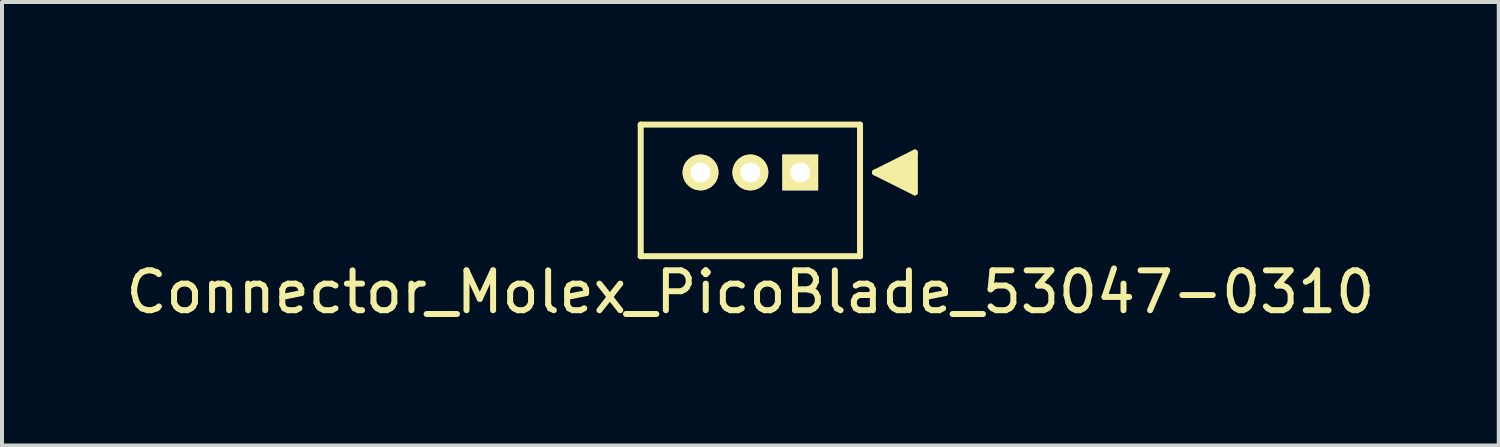
<source format=kicad_pcb>
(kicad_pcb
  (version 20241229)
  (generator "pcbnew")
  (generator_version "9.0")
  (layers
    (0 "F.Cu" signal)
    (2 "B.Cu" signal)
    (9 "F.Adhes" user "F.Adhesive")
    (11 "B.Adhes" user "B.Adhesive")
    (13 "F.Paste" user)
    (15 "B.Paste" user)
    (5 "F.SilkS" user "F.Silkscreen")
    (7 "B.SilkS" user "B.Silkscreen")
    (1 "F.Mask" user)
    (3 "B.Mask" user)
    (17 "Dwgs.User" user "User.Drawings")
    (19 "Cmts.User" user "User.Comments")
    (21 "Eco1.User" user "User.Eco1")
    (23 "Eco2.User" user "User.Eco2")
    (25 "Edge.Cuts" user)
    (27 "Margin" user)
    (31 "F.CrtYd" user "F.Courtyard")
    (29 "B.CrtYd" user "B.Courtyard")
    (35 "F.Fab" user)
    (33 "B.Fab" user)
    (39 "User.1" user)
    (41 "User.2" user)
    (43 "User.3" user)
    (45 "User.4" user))
  (footprint "Connector_Molex_PicoBlade_53047-0310"
    (layer "F.Cu")
    (at 15.768 1.275)
    (property "Reference" "Connector_Molex_PicoBlade_53047-0310" (at 0 3 0) (layer "F.SilkS") (effects (font (size 1 1) (thickness 0.15))))
    (attr smd)
    (fp_line (start -2.75 -1.2) (end 2.75 -1.2) (stroke (width 0.15) (type solid)) (layer "F.SilkS"))
    (fp_line (start -2.75 2.1) (end -2.75 -1.2) (stroke (width 0.15) (type solid)) (layer "F.SilkS"))
    (fp_line (start -2.75 2.1) (end 2.75 2.1) (stroke (width 0.15) (type solid)) (layer "F.SilkS"))
    (fp_line (start 2.75 -1.2) (end 2.75 2.1) (stroke (width 0.15) (type solid)) (layer "F.SilkS"))
    (fp_line (start 3.125 0) (end 4.125 -0.5) (stroke (width 0.15) (type solid)) (layer "F.SilkS"))
    (fp_line (start 3.125 0) (end 4.125 0.5) (stroke (width 0.15) (type solid)) (layer "F.SilkS"))
    (fp_line (start 3.225 0) (end 3.325 0) (stroke (width 0.15) (type solid)) (layer "F.SilkS"))
    (fp_line (start 3.425 -0.1) (end 3.425 0.1) (stroke (width 0.15) (type solid)) (layer "F.SilkS"))
    (fp_line (start 3.525 -0.1) (end 3.525 0.1) (stroke (width 0.15) (type solid)) (layer "F.SilkS"))
    (fp_line (start 3.625 0.2) (end 3.625 -0.2) (stroke (width 0.15) (type solid)) (layer "F.SilkS"))
    (fp_line (start 3.725 -0.2) (end 3.725 0.2) (stroke (width 0.15) (type solid)) (layer "F.SilkS"))
    (fp_line (start 3.825 0.3) (end 3.825 -0.3) (stroke (width 0.15) (type solid)) (layer "F.SilkS"))
    (fp_line (start 3.925 -0.3) (end 3.925 0.3) (stroke (width 0.15) (type solid)) (layer "F.SilkS"))
    (fp_line (start 4.025 -0.4) (end 4.025 0.4) (stroke (width 0.15) (type solid)) (layer "F.SilkS"))
    (fp_line (start 4.125 0.5) (end 4.125 -0.5) (stroke (width 0.15) (type solid)) (layer "F.SilkS"))
    (pad "1" thru_hole rect (at 1.25 0) (size 0.9 0.9) (drill 0.5) (layers "*.Cu" "*.Mask" "F.SilkS"))
    (pad "2" thru_hole circle (at 0 0) (size 0.9 0.9) (drill 0.5) (layers "*.Cu" "*.Mask" "F.SilkS"))
    (pad "3" thru_hole circle (at -1.25 0) (size 0.9 0.9) (drill 0.5) (layers "*.Cu" "*.Mask" "F.SilkS")))
  (gr_rect
    (start -3 -3)
    (end 34.536 8.123)
    (stroke (width 0.1) (type default))
    (fill no)
    (layer "Edge.Cuts")))
</source>
